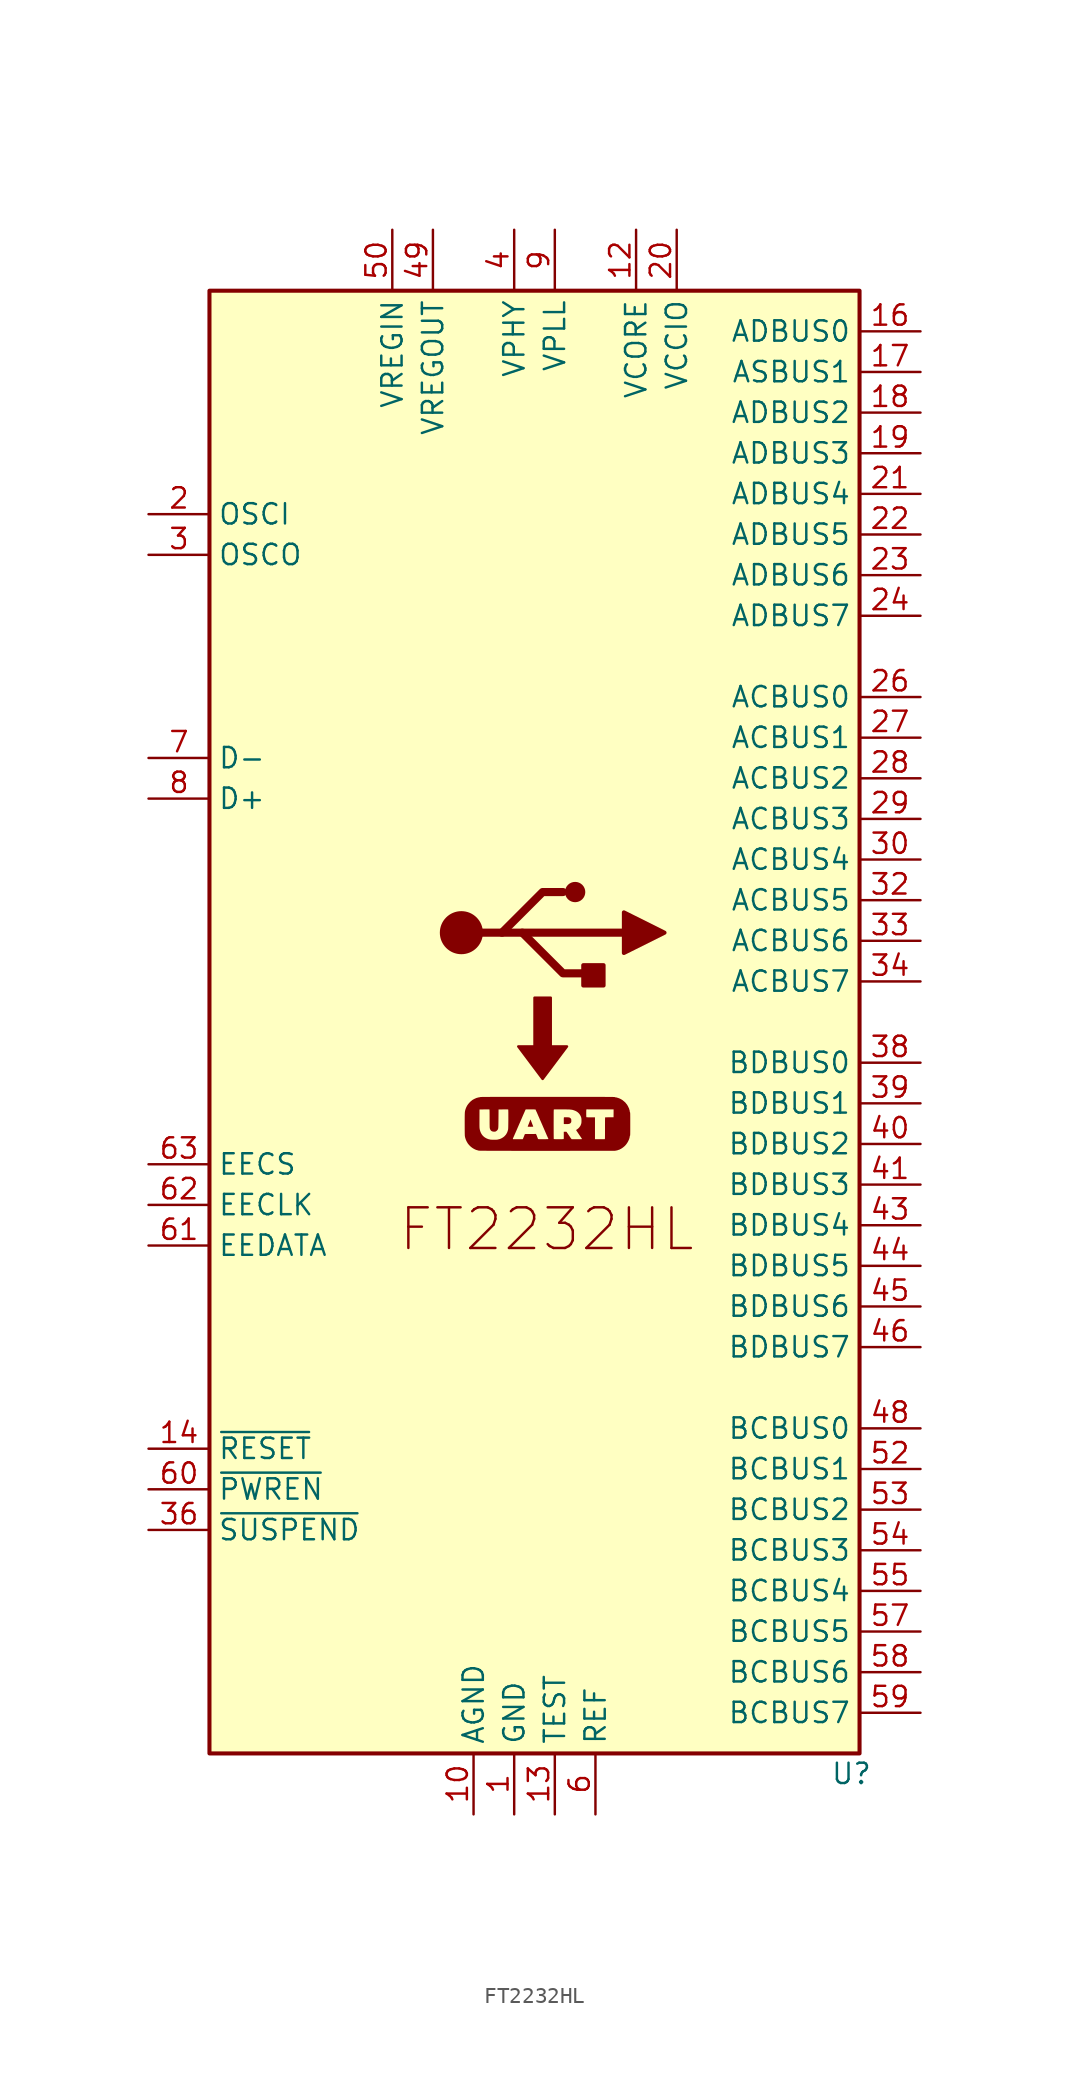
<source format=kicad_sym>
(kicad_symbol_lib
  (version 20231120)
  (generator "kicad_symbol_editor")
  (generator_version "8.0")
  (symbol "FT2232HL"
    (property "Reference" "U"
      (at 19.812 -46.99 0)
      (effects (font (size 1.27 1.27))))
    (symbol "FT2232HL_0_0"
      (pin power_in line (at -1.27 -49.53 90) (length 3.81) (name "GND" (effects (font (size 1.27 1.27)))) (number "1" (effects (font (size 1.27 1.27)))))
      (pin power_in line (at 6.35 49.53 270) (length 3.81) (name "VCORE" (effects (font (size 1.27 1.27)))) (number "12" (effects (font (size 1.27 1.27)))))
      (pin input line (at 1.27 -49.53 90) (length 3.81) (name "TEST" (effects (font (size 1.27 1.27)))) (number "13" (effects (font (size 1.27 1.27)))))
      (pin input line (at -24.13 -26.67 0) (length 3.81) (name "~{RESET}" (effects (font (size 1.27 1.27)))) (number "14" (effects (font (size 1.27 1.27)))))
      (pin bidirectional line (at 24.13 43.18 180) (length 3.81) (name "ADBUS0" (effects (font (size 1.27 1.27)))) (number "16" (effects (font (size 1.27 1.27)))))
      (pin bidirectional line (at 24.13 40.64 180) (length 3.81) (name "ASBUS1" (effects (font (size 1.27 1.27)))) (number "17" (effects (font (size 1.27 1.27)))))
      (pin bidirectional line (at 24.13 38.1 180) (length 3.81) (name "ADBUS2" (effects (font (size 1.27 1.27)))) (number "18" (effects (font (size 1.27 1.27)))))
      (pin bidirectional line (at 24.13 35.56 180) (length 3.81) (name "ADBUS3" (effects (font (size 1.27 1.27)))) (number "19" (effects (font (size 1.27 1.27)))))
      (pin input line (at -24.13 31.75 0) (length 3.81) (name "OSCI" (effects (font (size 1.27 1.27)))) (number "2" (effects (font (size 1.27 1.27)))))
      (pin power_in line (at 8.89 49.53 270) (length 3.81) (name "VCCIO" (effects (font (size 1.27 1.27)))) (number "20" (effects (font (size 1.27 1.27)))))
      (pin bidirectional line (at 24.13 33.02 180) (length 3.81) (name "ADBUS4" (effects (font (size 1.27 1.27)))) (number "21" (effects (font (size 1.27 1.27)))))
      (pin bidirectional line (at 24.13 30.48 180) (length 3.81) (name "ADBUS5" (effects (font (size 1.27 1.27)))) (number "22" (effects (font (size 1.27 1.27)))))
      (pin bidirectional line (at 24.13 27.94 180) (length 3.81) (name "ADBUS6" (effects (font (size 1.27 1.27)))) (number "23" (effects (font (size 1.27 1.27)))))
      (pin bidirectional line (at 24.13 25.4 180) (length 3.81) (name "ADBUS7" (effects (font (size 1.27 1.27)))) (number "24" (effects (font (size 1.27 1.27)))))
      (pin bidirectional line (at 24.13 20.32 180) (length 3.81) (name "ACBUS0" (effects (font (size 1.27 1.27)))) (number "26" (effects (font (size 1.27 1.27)))))
      (pin bidirectional line (at 24.13 17.78 180) (length 3.81) (name "ACBUS1" (effects (font (size 1.27 1.27)))) (number "27" (effects (font (size 1.27 1.27)))))
      (pin bidirectional line (at 24.13 15.24 180) (length 3.81) (name "ACBUS2" (effects (font (size 1.27 1.27)))) (number "28" (effects (font (size 1.27 1.27)))))
      (pin bidirectional line (at 24.13 12.7 180) (length 3.81) (name "ACBUS3" (effects (font (size 1.27 1.27)))) (number "29" (effects (font (size 1.27 1.27)))))
      (pin output line (at -24.13 29.21 0) (length 3.81) (name "OSCO" (effects (font (size 1.27 1.27)))) (number "3" (effects (font (size 1.27 1.27)))))
      (pin bidirectional line (at 24.13 10.16 180) (length 3.81) (name "ACBUS4" (effects (font (size 1.27 1.27)))) (number "30" (effects (font (size 1.27 1.27)))))
      (pin bidirectional line (at 24.13 7.62 180) (length 3.81) (name "ACBUS5" (effects (font (size 1.27 1.27)))) (number "32" (effects (font (size 1.27 1.27)))))
      (pin bidirectional line (at 24.13 5.08 180) (length 3.81) (name "ACBUS6" (effects (font (size 1.27 1.27)))) (number "33" (effects (font (size 1.27 1.27)))))
      (pin bidirectional line (at 24.13 2.54 180) (length 3.81) (name "ACBUS7" (effects (font (size 1.27 1.27)))) (number "34" (effects (font (size 1.27 1.27)))))
      (pin output line (at -24.13 -31.75 0) (length 3.81) (name "~{SUSPEND}" (effects (font (size 1.27 1.27)))) (number "36" (effects (font (size 1.27 1.27)))))
      (pin bidirectional line (at 24.13 -2.54 180) (length 3.81) (name "BDBUS0" (effects (font (size 1.27 1.27)))) (number "38" (effects (font (size 1.27 1.27)))))
      (pin bidirectional line (at 24.13 -5.08 180) (length 3.81) (name "BDBUS1" (effects (font (size 1.27 1.27)))) (number "39" (effects (font (size 1.27 1.27)))))
      (pin power_in line (at -1.27 49.53 270) (length 3.81) (name "VPHY" (effects (font (size 1.27 1.27)))) (number "4" (effects (font (size 1.27 1.27)))))
      (pin bidirectional line (at 24.13 -7.62 180) (length 3.81) (name "BDBUS2" (effects (font (size 1.27 1.27)))) (number "40" (effects (font (size 1.27 1.27)))))
      (pin bidirectional line (at 24.13 -10.16 180) (length 3.81) (name "BDBUS3" (effects (font (size 1.27 1.27)))) (number "41" (effects (font (size 1.27 1.27)))))
      (pin bidirectional line (at 24.13 -12.7 180) (length 3.81) (name "BDBUS4" (effects (font (size 1.27 1.27)))) (number "43" (effects (font (size 1.27 1.27)))))
      (pin bidirectional line (at 24.13 -15.24 180) (length 3.81) (name "BDBUS5" (effects (font (size 1.27 1.27)))) (number "44" (effects (font (size 1.27 1.27)))))
      (pin bidirectional line (at 24.13 -17.78 180) (length 3.81) (name "BDBUS6" (effects (font (size 1.27 1.27)))) (number "45" (effects (font (size 1.27 1.27)))))
      (pin bidirectional line (at 24.13 -20.32 180) (length 3.81) (name "BDBUS7" (effects (font (size 1.27 1.27)))) (number "46" (effects (font (size 1.27 1.27)))))
      (pin bidirectional line (at 24.13 -25.4 180) (length 3.81) (name "BCBUS0" (effects (font (size 1.27 1.27)))) (number "48" (effects (font (size 1.27 1.27)))))
      (pin power_out line (at -6.35 49.53 270) (length 3.81) (name "VREGOUT" (effects (font (size 1.27 1.27)))) (number "49" (effects (font (size 1.27 1.27)))))
      (pin power_in line (at -8.89 49.53 270) (length 3.81) (name "VREGIN" (effects (font (size 1.27 1.27)))) (number "50" (effects (font (size 1.27 1.27)))))
      (pin bidirectional line (at 24.13 -27.94 180) (length 3.81) (name "BCBUS1" (effects (font (size 1.27 1.27)))) (number "52" (effects (font (size 1.27 1.27)))))
      (pin bidirectional line (at 24.13 -30.48 180) (length 3.81) (name "BCBUS2" (effects (font (size 1.27 1.27)))) (number "53" (effects (font (size 1.27 1.27)))))
      (pin bidirectional line (at 24.13 -33.02 180) (length 3.81) (name "BCBUS3" (effects (font (size 1.27 1.27)))) (number "54" (effects (font (size 1.27 1.27)))))
      (pin bidirectional line (at 24.13 -35.56 180) (length 3.81) (name "BCBUS4" (effects (font (size 1.27 1.27)))) (number "55" (effects (font (size 1.27 1.27)))))
      (pin bidirectional line (at 24.13 -38.1 180) (length 3.81) (name "BCBUS5" (effects (font (size 1.27 1.27)))) (number "57" (effects (font (size 1.27 1.27)))))
      (pin bidirectional line (at 24.13 -40.64 180) (length 3.81) (name "BCBUS6" (effects (font (size 1.27 1.27)))) (number "58" (effects (font (size 1.27 1.27)))))
      (pin bidirectional line (at 24.13 -43.18 180) (length 3.81) (name "BCBUS7" (effects (font (size 1.27 1.27)))) (number "59" (effects (font (size 1.27 1.27)))))
      (pin input line (at 3.81 -49.53 90) (length 3.81) (name "REF" (effects (font (size 1.27 1.27)))) (number "6" (effects (font (size 1.27 1.27)))))
      (pin output line (at -24.13 -29.21 0) (length 3.81) (name "~{PWREN}" (effects (font (size 1.27 1.27)))) (number "60" (effects (font (size 1.27 1.27)))))
      (pin bidirectional line (at -24.13 -13.97 0) (length 3.81) (name "EEDATA" (effects (font (size 1.27 1.27)))) (number "61" (effects (font (size 1.27 1.27)))))
      (pin output line (at -24.13 -11.43 0) (length 3.81) (name "EECLK" (effects (font (size 1.27 1.27)))) (number "62" (effects (font (size 1.27 1.27)))))
      (pin bidirectional line (at -24.13 -8.89 0) (length 3.81) (name "EECS" (effects (font (size 1.27 1.27)))) (number "63" (effects (font (size 1.27 1.27)))))
      (pin power_in line (at 1.27 49.53 270) (length 3.81) (name "VPLL" (effects (font (size 1.27 1.27)))) (number "9" (effects (font (size 1.27 1.27))))))
    (symbol "FT2232HL_0_1"
      (rectangle (start -20.32 45.72) (end 20.32 -45.72) (stroke (width 0.254) (type default)) (fill (type background)))
      (circle (center -4.572 5.588) (radius 1.27) (stroke (width 0) (type default)) (fill (type outline)))
      (polyline (pts (xy -4.572 5.588) (xy 5.588 5.588)) (stroke (width 0.508) (type default)) (fill (type none)))
      (polyline (pts (xy -2.032 5.588) (xy 0.508 8.128) (xy 1.778 8.128)) (stroke (width 0.508) (type default)) (fill (type none)))
      (polyline (pts (xy -0.762 5.588) (xy 1.778 3.048) (xy 3.048 3.048)) (stroke (width 0.508) (type default)) (fill (type none)))
      (polyline (pts (xy 5.588 6.858) (xy 8.128 5.588) (xy 5.588 4.318) (xy 5.588 6.858)) (stroke (width 0.254) (type default)) (fill (type outline)))
      (polyline (pts (xy 1.016 1.524) (xy 0 1.524) (xy 0 -1.524) (xy -1.016 -1.524) (xy 0.508 -3.556) (xy 2.032 -1.524) (xy 1.016 -1.524) (xy 1.016 1.524)) (stroke (width 0) (type default)) (fill (type outline)))
      (circle (center 2.54 8.128) (radius 0.508) (stroke (width 0.254) (type default)) (fill (type outline)))
      (rectangle (start 3.048 3.556) (end 4.318 2.286) (stroke (width 0.254) (type default)) (fill (type outline))))
    (symbol "FT2232HL_1_0"
      (polyline (pts (xy -0.254 -6.096) (xy -0.253 -6.097) (xy -0.251 -6.099) (xy -0.249 -6.102) (xy -0.246 -6.107) (xy -0.242 -6.112) (xy -0.239 -6.119) (xy -0.232 -6.133) (xy -0.225 -6.147) (xy -0.22 -6.16) (xy -0.217 -6.166) (xy -0.216 -6.171) (xy -0.214 -6.175) (xy -0.214 -6.178) (xy -0.214 -6.179) (xy -0.214 -6.18) (xy -0.213 -6.183) (xy -0.212 -6.187) (xy -0.211 -6.191) (xy -0.209 -6.197) (xy -0.207 -6.202) (xy -0.204 -6.207) (xy -0.202 -6.213) (xy -0.188 -6.248) (xy -0.168 -6.298) (xy -0.145 -6.359) (xy -0.12 -6.427) (xy -0.117 -6.434) (xy -0.114 -6.442) (xy -0.106 -6.46) (xy -0.099 -6.476) (xy -0.093 -6.49) (xy -0.089 -6.5) (xy -0.085 -6.508) (xy -0.083 -6.515) (xy -0.082 -6.521) (xy -0.082 -6.524) (xy -0.082 -6.527) (xy -0.083 -6.529) (xy -0.085 -6.531) (xy -0.086 -6.533) (xy -0.089 -6.535) (xy -0.092 -6.537) (xy -0.095 -6.538) (xy -0.104 -6.54) (xy -0.116 -6.542) (xy -0.13 -6.544) (xy -0.148 -6.545) (xy -0.193 -6.545) (xy -0.253 -6.546) (xy -0.291 -6.545) (xy -0.324 -6.545) (xy -0.353 -6.544) (xy -0.365 -6.544) (xy -0.376 -6.543) (xy -0.386 -6.542) (xy -0.395 -6.542) (xy -0.403 -6.541) (xy -0.409 -6.54) (xy -0.414 -6.539) (xy -0.418 -6.538) (xy -0.42 -6.538) (xy -0.421 -6.537) (xy -0.422 -6.537) (xy -0.422 -6.536) (xy -0.423 -6.535) (xy -0.423 -6.533) (xy -0.423 -6.532) (xy -0.423 -6.53) (xy -0.423 -6.528) (xy -0.423 -6.526) (xy -0.422 -6.524) (xy -0.422 -6.521) (xy -0.421 -6.519) (xy -0.421 -6.516) (xy -0.42 -6.513) (xy -0.419 -6.51) (xy -0.418 -6.507) (xy -0.417 -6.505) (xy -0.416 -6.502) (xy -0.414 -6.499) (xy -0.408 -6.485) (xy -0.401 -6.467) (xy -0.393 -6.449) (xy -0.389 -6.44) (xy -0.386 -6.431) (xy -0.372 -6.395) (xy -0.365 -6.378) (xy -0.362 -6.371) (xy -0.36 -6.365) (xy -0.347 -6.335) (xy -0.341 -6.317) (xy -0.334 -6.3) (xy -0.327 -6.283) (xy -0.32 -6.263) (xy -0.306 -6.226) (xy -0.289 -6.183) (xy -0.277 -6.15) (xy -0.269 -6.127) (xy -0.266 -6.118) (xy -0.264 -6.111) (xy -0.263 -6.109) (xy -0.262 -6.108) (xy -0.262 -6.106) (xy -0.261 -6.105) (xy -0.261 -6.104) (xy -0.26 -6.103) (xy -0.259 -6.101) (xy -0.259 -6.1) (xy -0.258 -6.099) (xy -0.258 -6.098) (xy -0.257 -6.098) (xy -0.256 -6.097) (xy -0.256 -6.097) (xy -0.256 -6.096) (xy -0.256 -6.096) (xy -0.255 -6.096) (xy -0.255 -6.096) (xy -0.255 -6.096) (xy -0.255 -6.096) (xy -0.255 -6.096) (xy -0.254 -6.096)) (stroke (width -0.0001) (type solid)) (fill (type outline)))
      (polyline (pts (xy 2.014 -5.952) (xy 2.041 -5.953) (xy 2.065 -5.953) (xy 2.087 -5.954) (xy 2.106 -5.955) (xy 2.123 -5.957) (xy 2.139 -5.958) (xy 2.146 -5.959) (xy 2.153 -5.96) (xy 2.159 -5.961) (xy 2.165 -5.963) (xy 2.171 -5.964) (xy 2.177 -5.966) (xy 2.182 -5.967) (xy 2.187 -5.969) (xy 2.192 -5.971) (xy 2.197 -5.973) (xy 2.202 -5.976) (xy 2.206 -5.978) (xy 2.211 -5.981) (xy 2.215 -5.984) (xy 2.224 -5.99) (xy 2.233 -5.997) (xy 2.243 -6.005) (xy 2.252 -6.013) (xy 2.259 -6.02) (xy 2.266 -6.027) (xy 2.272 -6.035) (xy 2.278 -6.042) (xy 2.283 -6.05) (xy 2.287 -6.058) (xy 2.29 -6.066) (xy 2.293 -6.075) (xy 2.296 -6.085) (xy 2.298 -6.096) (xy 2.299 -6.107) (xy 2.3 -6.119) (xy 2.301 -6.133) (xy 2.301 -6.147) (xy 2.301 -6.163) (xy 2.301 -6.175) (xy 2.301 -6.186) (xy 2.301 -6.196) (xy 2.3 -6.205) (xy 2.3 -6.214) (xy 2.299 -6.221) (xy 2.299 -6.229) (xy 2.298 -6.235) (xy 2.297 -6.241) (xy 2.295 -6.246) (xy 2.294 -6.252) (xy 2.292 -6.256) (xy 2.29 -6.261) (xy 2.288 -6.265) (xy 2.286 -6.27) (xy 2.284 -6.274) (xy 2.274 -6.289) (xy 2.263 -6.303) (xy 2.252 -6.315) (xy 2.241 -6.326) (xy 2.229 -6.336) (xy 2.215 -6.344) (xy 2.201 -6.351) (xy 2.184 -6.358) (xy 2.167 -6.363) (xy 2.147 -6.367) (xy 2.125 -6.371) (xy 2.101 -6.374) (xy 2.074 -6.376) (xy 2.045 -6.377) (xy 2.013 -6.378) (xy 1.978 -6.378) (xy 1.948 -6.378) (xy 1.921 -6.378) (xy 1.896 -6.377) (xy 1.875 -6.376) (xy 1.857 -6.375) (xy 1.85 -6.375) (xy 1.843 -6.374) (xy 1.839 -6.373) (xy 1.835 -6.373) (xy 1.833 -6.372) (xy 1.832 -6.371) (xy 1.832 -6.371) (xy 1.831 -6.243) (xy 1.831 -6.19) (xy 1.83 -6.144) (xy 1.83 -6.105) (xy 1.831 -6.087) (xy 1.831 -6.071) (xy 1.831 -6.056) (xy 1.831 -6.043) (xy 1.831 -6.031) (xy 1.832 -6.02) (xy 1.832 -6.01) (xy 1.833 -6.001) (xy 1.833 -5.994) (xy 1.834 -5.987) (xy 1.835 -5.981) (xy 1.836 -5.976) (xy 1.837 -5.971) (xy 1.837 -5.969) (xy 1.837 -5.967) (xy 1.838 -5.966) (xy 1.839 -5.964) (xy 1.839 -5.963) (xy 1.84 -5.962) (xy 1.84 -5.961) (xy 1.841 -5.96) (xy 1.842 -5.959) (xy 1.842 -5.958) (xy 1.843 -5.957) (xy 1.844 -5.957) (xy 1.845 -5.956) (xy 1.845 -5.956) (xy 1.847 -5.955) (xy 1.849 -5.955) (xy 1.856 -5.954) (xy 1.868 -5.953) (xy 1.905 -5.952) (xy 1.956 -5.952) (xy 2.014 -5.952)) (stroke (width -0.0001) (type solid)) (fill (type outline)))
      (polyline (pts (xy 3.072 -4.676) (xy 4.34 -4.678) (xy 4.689 -4.68) (xy 4.894 -4.682) (xy 4.954 -4.684) (xy 4.992 -4.686) (xy 5.013 -4.688) (xy 5.017 -4.689) (xy 5.019 -4.69) (xy 5.021 -4.692) (xy 5.023 -4.693) (xy 5.025 -4.695) (xy 5.028 -4.696) (xy 5.031 -4.697) (xy 5.034 -4.699) (xy 5.038 -4.7) (xy 5.042 -4.701) (xy 5.046 -4.702) (xy 5.051 -4.703) (xy 5.056 -4.704) (xy 5.061 -4.705) (xy 5.073 -4.707) (xy 5.086 -4.708) (xy 5.092 -4.709) (xy 5.098 -4.71) (xy 5.111 -4.711) (xy 5.122 -4.713) (xy 5.134 -4.716) (xy 5.144 -4.718) (xy 5.154 -4.72) (xy 5.158 -4.722) (xy 5.162 -4.723) (xy 5.165 -4.724) (xy 5.168 -4.725) (xy 5.17 -4.727) (xy 5.173 -4.728) (xy 5.176 -4.729) (xy 5.178 -4.73) (xy 5.181 -4.731) (xy 5.184 -4.732) (xy 5.187 -4.733) (xy 5.19 -4.734) (xy 5.193 -4.735) (xy 5.196 -4.736) (xy 5.199 -4.736) (xy 5.202 -4.737) (xy 5.204 -4.737) (xy 5.207 -4.737) (xy 5.209 -4.738) (xy 5.212 -4.738) (xy 5.214 -4.738) (xy 5.216 -4.738) (xy 5.218 -4.738) (xy 5.221 -4.739) (xy 5.223 -4.739) (xy 5.226 -4.74) (xy 5.229 -4.741) (xy 5.231 -4.742) (xy 5.234 -4.743) (xy 5.236 -4.744) (xy 5.239 -4.745) (xy 5.241 -4.746) (xy 5.243 -4.747) (xy 5.245 -4.748) (xy 5.247 -4.75) (xy 5.249 -4.751) (xy 5.25 -4.752) (xy 5.253 -4.753) (xy 5.255 -4.755) (xy 5.257 -4.756) (xy 5.259 -4.757) (xy 5.261 -4.758) (xy 5.263 -4.759) (xy 5.265 -4.76) (xy 5.267 -4.761) (xy 5.269 -4.762) (xy 5.271 -4.762) (xy 5.273 -4.763) (xy 5.275 -4.763) (xy 5.277 -4.764) (xy 5.278 -4.764) (xy 5.279 -4.764) (xy 5.283 -4.765) (xy 5.289 -4.766) (xy 5.305 -4.773) (xy 5.326 -4.782) (xy 5.351 -4.793) (xy 5.376 -4.806) (xy 5.402 -4.819) (xy 5.425 -4.832) (xy 5.444 -4.843) (xy 5.455 -4.851) (xy 5.466 -4.858) (xy 5.471 -4.861) (xy 5.475 -4.863) (xy 5.479 -4.866) (xy 5.482 -4.867) (xy 5.484 -4.868) (xy 5.485 -4.869) (xy 5.487 -4.869) (xy 5.489 -4.87) (xy 5.49 -4.871) (xy 5.492 -4.872) (xy 5.494 -4.873) (xy 5.496 -4.874) (xy 5.497 -4.876) (xy 5.499 -4.877) (xy 5.501 -4.878) (xy 5.503 -4.88) (xy 5.504 -4.881) (xy 5.506 -4.882) (xy 5.508 -4.884) (xy 5.509 -4.885) (xy 5.52 -4.894) (xy 5.538 -4.909) (xy 5.562 -4.929) (xy 5.589 -4.952) (xy 5.615 -4.974) (xy 5.636 -4.992) (xy 5.645 -4.999) (xy 5.653 -5.006) (xy 5.66 -5.013) (xy 5.666 -5.019) (xy 5.673 -5.025) (xy 5.679 -5.032) (xy 5.685 -5.039) (xy 5.691 -5.046) (xy 5.706 -5.064) (xy 5.723 -5.086) (xy 5.74 -5.108) (xy 5.756 -5.128) (xy 5.769 -5.143) (xy 5.774 -5.149) (xy 5.777 -5.153) (xy 5.779 -5.156) (xy 5.782 -5.159) (xy 5.785 -5.163) (xy 5.787 -5.166) (xy 5.79 -5.17) (xy 5.791 -5.172) (xy 5.792 -5.173) (xy 5.793 -5.175) (xy 5.793 -5.177) (xy 5.794 -5.178) (xy 5.795 -5.179) (xy 5.796 -5.183) (xy 5.798 -5.186) (xy 5.804 -5.196) (xy 5.811 -5.207) (xy 5.817 -5.218) (xy 5.824 -5.229) (xy 5.832 -5.243) (xy 5.84 -5.258) (xy 5.849 -5.275) (xy 5.858 -5.293) (xy 5.868 -5.313) (xy 5.877 -5.334) (xy 5.886 -5.355) (xy 5.893 -5.369) (xy 5.9 -5.384) (xy 5.912 -5.411) (xy 5.913 -5.413) (xy 5.914 -5.416) (xy 5.916 -5.419) (xy 5.917 -5.422) (xy 5.918 -5.425) (xy 5.919 -5.428) (xy 5.92 -5.431) (xy 5.921 -5.433) (xy 5.921 -5.436) (xy 5.922 -5.439) (xy 5.923 -5.442) (xy 5.923 -5.444) (xy 5.924 -5.447) (xy 5.924 -5.449) (xy 5.924 -5.451) (xy 5.924 -5.453) (xy 5.924 -5.455) (xy 5.925 -5.457) (xy 5.925 -5.459) (xy 5.925 -5.462) (xy 5.926 -5.464) (xy 5.926 -5.467) (xy 5.927 -5.47) (xy 5.928 -5.472) (xy 5.929 -5.475) (xy 5.93 -5.478) (xy 5.931 -5.481) (xy 5.932 -5.484) (xy 5.933 -5.486) (xy 5.934 -5.489) (xy 5.935 -5.492) (xy 5.937 -5.494) (xy 5.938 -5.497) (xy 5.939 -5.5) (xy 5.941 -5.508) (xy 5.944 -5.518) (xy 5.946 -5.528) (xy 5.949 -5.539) (xy 5.95 -5.551) (xy 5.952 -5.563) (xy 5.953 -5.575) (xy 5.954 -5.582) (xy 5.955 -5.589) (xy 5.956 -5.595) (xy 5.957 -5.601) (xy 5.957 -5.606) (xy 5.958 -5.611) (xy 5.96 -5.616) (xy 5.961 -5.62) (xy 5.962 -5.624) (xy 5.963 -5.628) (xy 5.964 -5.631) (xy 5.966 -5.634) (xy 5.967 -5.637) (xy 5.968 -5.638) (xy 5.969 -5.639) (xy 5.969 -5.64) (xy 5.97 -5.641) (xy 5.971 -5.642) (xy 5.972 -5.643) (xy 5.976 -5.65) (xy 5.979 -5.67) (xy 5.982 -5.707) (xy 5.984 -5.769) (xy 5.986 -5.989) (xy 5.986 -6.377) (xy 5.986 -6.587) (xy 5.986 -6.753) (xy 5.985 -6.88) (xy 5.984 -6.93) (xy 5.984 -6.972) (xy 5.983 -7.008) (xy 5.982 -7.036) (xy 5.981 -7.059) (xy 5.98 -7.075) (xy 5.979 -7.088) (xy 5.978 -7.092) (xy 5.977 -7.096) (xy 5.976 -7.098) (xy 5.976 -7.1) (xy 5.975 -7.101) (xy 5.974 -7.101) (xy 5.972 -7.101) (xy 5.971 -7.102) (xy 5.969 -7.103) (xy 5.968 -7.104) (xy 5.966 -7.106) (xy 5.965 -7.108) (xy 5.964 -7.11) (xy 5.963 -7.113) (xy 5.962 -7.116) (xy 5.961 -7.12) (xy 5.96 -7.124) (xy 5.959 -7.129) (xy 5.958 -7.134) (xy 5.957 -7.139) (xy 5.955 -7.152) (xy 5.95 -7.189) (xy 5.942 -7.228) (xy 5.931 -7.268) (xy 5.918 -7.309) (xy 5.902 -7.351) (xy 5.884 -7.393) (xy 5.864 -7.435) (xy 5.842 -7.477) (xy 5.819 -7.519) (xy 5.793 -7.559) (xy 5.767 -7.599) (xy 5.739 -7.637) (xy 5.71 -7.673) (xy 5.68 -7.708) (xy 5.649 -7.74) (xy 5.617 -7.77) (xy 5.605 -7.781) (xy 5.591 -7.792) (xy 5.562 -7.816) (xy 5.532 -7.84) (xy 5.502 -7.862) (xy 5.474 -7.882) (xy 5.461 -7.891) (xy 5.45 -7.898) (xy 5.44 -7.904) (xy 5.432 -7.909) (xy 5.426 -7.912) (xy 5.423 -7.912) (xy 5.421 -7.913) (xy 5.421 -7.913) (xy 5.421 -7.913) (xy 5.42 -7.913) (xy 5.419 -7.913) (xy 5.418 -7.914) (xy 5.417 -7.914) (xy 5.416 -7.915) (xy 5.415 -7.916) (xy 5.414 -7.917) (xy 5.412 -7.918) (xy 5.411 -7.919) (xy 5.41 -7.92) (xy 5.409 -7.921) (xy 5.407 -7.922) (xy 5.406 -7.923) (xy 5.405 -7.925) (xy 5.404 -7.926) (xy 5.403 -7.927) (xy 5.401 -7.928) (xy 5.4 -7.93) (xy 5.398 -7.931) (xy 5.397 -7.932) (xy 5.395 -7.933) (xy 5.393 -7.934) (xy 5.392 -7.935) (xy 5.39 -7.936) (xy 5.388 -7.937) (xy 5.386 -7.937) (xy 5.384 -7.938) (xy 5.383 -7.939) (xy 5.381 -7.939) (xy 5.379 -7.939) (xy 5.377 -7.939) (xy 5.376 -7.939) (xy 5.374 -7.939) (xy 5.372 -7.94) (xy 5.37 -7.94) (xy 5.369 -7.941) (xy 5.367 -7.941) (xy 5.365 -7.942) (xy 5.363 -7.943) (xy 5.362 -7.944) (xy 5.36 -7.944) (xy 5.358 -7.946) (xy 5.357 -7.947) (xy 5.355 -7.948) (xy 5.354 -7.949) (xy 5.353 -7.95) (xy 5.352 -7.951) (xy 5.352 -7.951) (xy 5.351 -7.953) (xy 5.349 -7.954) (xy 5.348 -7.955) (xy 5.346 -7.957) (xy 5.345 -7.958) (xy 5.343 -7.959) (xy 5.341 -7.96) (xy 5.339 -7.962) (xy 5.337 -7.963) (xy 5.335 -7.964) (xy 5.332 -7.965) (xy 5.33 -7.965) (xy 5.328 -7.966) (xy 5.326 -7.967) (xy 5.324 -7.968) (xy 5.322 -7.968) (xy 5.317 -7.97) (xy 5.311 -7.971) (xy 5.294 -7.977) (xy 5.274 -7.984) (xy 5.264 -7.988) (xy 5.254 -7.992) (xy 5.229 -8.001) (xy 5.203 -8.01) (xy 5.176 -8.018) (xy 5.149 -8.024) (xy 5.12 -8.031) (xy 5.09 -8.037) (xy 5.059 -8.041) (xy 5.027 -8.046) (xy 0.741 -8.052) (xy -1.353 -8.05) (xy -2.645 -8.048) (xy -3.302 -8.044) (xy -3.445 -8.041) (xy -3.492 -8.038) (xy -3.495 -8.037) (xy -3.497 -8.036) (xy -3.503 -8.033) (xy -3.51 -8.03) (xy -3.518 -8.028) (xy -3.526 -8.025) (xy -3.534 -8.023) (xy -3.542 -8.021) (xy -3.55 -8.019) (xy -3.579 -8.012) (xy -3.609 -8.004) (xy -3.64 -7.994) (xy -3.671 -7.982) (xy -3.703 -7.969) (xy -3.735 -7.954) (xy -3.766 -7.938) (xy -3.798 -7.921) (xy -3.829 -7.902) (xy -3.86 -7.883) (xy -3.891 -7.863) (xy -3.92 -7.841) (xy -3.949 -7.819) (xy -3.977 -7.797) (xy -4.003 -7.773) (xy -4.029 -7.75) (xy -4.041 -7.737) (xy -4.054 -7.723) (xy -4.081 -7.695) (xy -4.107 -7.665) (xy -4.131 -7.637) (xy -4.152 -7.611) (xy -4.161 -7.6) (xy -4.168 -7.59) (xy -4.174 -7.58) (xy -4.179 -7.573) (xy -4.182 -7.567) (xy -4.183 -7.565) (xy -4.183 -7.563) (xy -4.183 -7.563) (xy -4.183 -7.562) (xy -4.183 -7.561) (xy -4.184 -7.56) (xy -4.184 -7.559) (xy -4.185 -7.557) (xy -4.186 -7.556) (xy -4.186 -7.555) (xy -4.187 -7.553) (xy -4.188 -7.552) (xy -4.189 -7.55) (xy -4.19 -7.549) (xy -4.191 -7.547) (xy -4.193 -7.546) (xy -4.194 -7.545) (xy -4.195 -7.543) (xy -4.199 -7.538) (xy -4.205 -7.53) (xy -4.218 -7.508) (xy -4.233 -7.48) (xy -4.249 -7.449) (xy -4.264 -7.418) (xy -4.278 -7.388) (xy -4.288 -7.364) (xy -4.291 -7.355) (xy -4.293 -7.348) (xy -4.294 -7.346) (xy -4.295 -7.343) (xy -4.295 -7.34) (xy -4.296 -7.338) (xy -4.297 -7.335) (xy -4.298 -7.333) (xy -4.299 -7.331) (xy -4.3 -7.329) (xy -4.301 -7.326) (xy -4.302 -7.324) (xy -4.303 -7.323) (xy -4.304 -7.321) (xy -4.305 -7.32) (xy -4.306 -7.319) (xy -4.306 -7.318) (xy -4.306 -7.318) (xy -4.307 -7.318) (xy -4.307 -7.317) (xy -4.308 -7.317) (xy -4.309 -7.316) (xy -4.31 -7.314) (xy -4.31 -7.313) (xy -4.311 -7.312) (xy -4.312 -7.31) (xy -4.312 -7.309) (xy -4.313 -7.307) (xy -4.313 -7.305) (xy -4.314 -7.303) (xy -4.314 -7.301) (xy -4.314 -7.299) (xy -4.315 -7.297) (xy -4.315 -7.295) (xy -4.315 -7.292) (xy -4.315 -7.29) (xy -4.315 -7.288) (xy -4.315 -7.285) (xy -4.316 -7.282) (xy -4.316 -7.28) (xy -4.316 -7.277) (xy -4.317 -7.274) (xy -4.317 -7.271) (xy -4.318 -7.269) (xy -4.319 -7.266) (xy -4.32 -7.263) (xy -4.321 -7.26) (xy -4.322 -7.258) (xy -4.322 -7.255) (xy -4.324 -7.253) (xy -4.325 -7.251) (xy -4.326 -7.248) (xy -4.328 -7.243) (xy -4.331 -7.235) (xy -4.334 -7.224) (xy -4.337 -7.211) (xy -4.34 -7.197) (xy -4.344 -7.182) (xy -4.347 -7.166) (xy -4.349 -7.15) (xy -4.354 -7.121) (xy -4.357 -7.084) (xy -4.361 -6.96) (xy -4.363 -6.737) (xy -4.364 -6.374) (xy -4.364 -6.333) (xy -3.441 -6.333) (xy -3.441 -6.437) (xy -3.44 -6.515) (xy -3.439 -6.546) (xy -3.438 -6.573) (xy -3.437 -6.596) (xy -3.436 -6.616) (xy -3.434 -6.633) (xy -3.432 -6.649) (xy -3.43 -6.664) (xy -3.428 -6.678) (xy -3.42 -6.72) (xy -3.41 -6.761) (xy -3.398 -6.801) (xy -3.386 -6.839) (xy -3.372 -6.876) (xy -3.357 -6.911) (xy -3.34 -6.946) (xy -3.322 -6.978) (xy -3.303 -7.01) (xy -3.282 -7.04) (xy -3.26 -7.069) (xy -3.237 -7.097) (xy -3.212 -7.123) (xy -3.186 -7.148) (xy -3.158 -7.172) (xy -3.129 -7.195) (xy -3.116 -7.204) (xy -3.103 -7.213) (xy -3.088 -7.222) (xy -3.073 -7.231) (xy -3.041 -7.25) (xy -3.009 -7.267) (xy -2.993 -7.274) (xy -2.978 -7.282) (xy -2.964 -7.288) (xy -2.951 -7.293) (xy -2.939 -7.298) (xy -2.929 -7.301) (xy -2.921 -7.303) (xy -2.915 -7.304) (xy -2.913 -7.304) (xy -2.911 -7.304) (xy -2.909 -7.305) (xy -2.908 -7.305) (xy -2.905 -7.306) (xy -2.903 -7.306) (xy -2.901 -7.307) (xy -2.899 -7.308) (xy -2.897 -7.309) (xy -2.895 -7.31) (xy -2.893 -7.311) (xy -2.89 -7.312) (xy -2.888 -7.314) (xy -2.886 -7.315) (xy -2.885 -7.316) (xy -2.883 -7.317) (xy -2.881 -7.319) (xy -2.879 -7.32) (xy -2.876 -7.321) (xy -2.874 -7.322) (xy -2.871 -7.324) (xy -2.868 -7.325) (xy -2.865 -7.326) (xy -2.862 -7.327) (xy -2.859 -7.327) (xy -2.856 -7.328) (xy -2.853 -7.329) (xy -2.85 -7.33) (xy -2.847 -7.33) (xy -2.844 -7.33) (xy -2.841 -7.33) (xy -2.839 -7.331) (xy -2.836 -7.331) (xy -2.833 -7.331) (xy -2.829 -7.331) (xy -2.825 -7.332) (xy -2.817 -7.333) (xy -2.809 -7.335) (xy -2.8 -7.337) (xy -2.792 -7.339) (xy -2.784 -7.341) (xy -2.776 -7.344) (xy -2.764 -7.347) (xy -2.745 -7.349) (xy -2.692 -7.353) (xy -2.623 -7.356) (xy -2.546 -7.357) (xy -2.469 -7.357) (xy -2.399 -7.355) (xy -2.345 -7.352) (xy -2.326 -7.35) (xy -2.313 -7.347) (xy -2.306 -7.345) (xy -2.298 -7.343) (xy -2.289 -7.341) (xy -2.28 -7.338) (xy -2.27 -7.336) (xy -2.26 -7.334) (xy -2.251 -7.332) (xy -2.243 -7.331) (xy -2.219 -7.326) (xy -2.194 -7.319) (xy -2.168 -7.311) (xy -2.141 -7.301) (xy -2.137 -7.299) (xy -1.35 -7.299) (xy -1.35 -7.301) (xy -1.35 -7.303) (xy -1.347 -7.323) (xy -1.049 -7.323) (xy -0.836 -7.322) (xy -0.741 -7.322) (xy -0.739 -7.321) (xy -0.736 -7.32) (xy -0.734 -7.318) (xy -0.732 -7.315) (xy -0.729 -7.311) (xy -0.726 -7.306) (xy -0.719 -7.293) (xy -0.711 -7.274) (xy -0.701 -7.251) (xy -0.689 -7.221) (xy -0.675 -7.185) (xy -0.672 -7.177) (xy -0.669 -7.169) (xy -0.666 -7.161) (xy -0.663 -7.153) (xy -0.659 -7.145) (xy -0.656 -7.137) (xy -0.653 -7.131) (xy -0.65 -7.125) (xy -0.648 -7.122) (xy -0.647 -7.12) (xy -0.646 -7.117) (xy -0.645 -7.114) (xy -0.644 -7.112) (xy -0.643 -7.109) (xy -0.642 -7.106) (xy -0.641 -7.104) (xy -0.64 -7.102) (xy -0.639 -7.099) (xy -0.639 -7.097) (xy -0.638 -7.095) (xy -0.638 -7.093) (xy -0.638 -7.092) (xy -0.637 -7.09) (xy -0.637 -7.089) (xy -0.637 -7.088) (xy -0.637 -7.086) (xy -0.636 -7.084) (xy -0.636 -7.081) (xy -0.634 -7.076) (xy -0.632 -7.069) (xy -0.629 -7.062) (xy -0.625 -7.054) (xy -0.621 -7.047) (xy -0.617 -7.039) (xy -0.596 -7) (xy -0.251 -6.997) (xy 0.093 -6.995) (xy 0.112 -7.037) (xy 0.121 -7.056) (xy 0.129 -7.074) (xy 0.138 -7.091) (xy 0.141 -7.098) (xy 0.144 -7.104) (xy 0.145 -7.107) (xy 0.146 -7.109) (xy 0.148 -7.112) (xy 0.149 -7.115) (xy 0.15 -7.118) (xy 0.151 -7.121) (xy 0.152 -7.123) (xy 0.153 -7.126) (xy 0.154 -7.129) (xy 0.154 -7.131) (xy 0.155 -7.134) (xy 0.155 -7.136) (xy 0.156 -7.139) (xy 0.156 -7.141) (xy 0.156 -7.143) (xy 0.156 -7.144) (xy 0.156 -7.146) (xy 0.157 -7.148) (xy 0.157 -7.15) (xy 0.157 -7.152) (xy 0.158 -7.154) (xy 0.159 -7.156) (xy 0.159 -7.158) (xy 0.16 -7.16) (xy 0.161 -7.162) (xy 0.162 -7.165) (xy 0.163 -7.167) (xy 0.165 -7.169) (xy 0.166 -7.171) (xy 0.167 -7.173) (xy 0.168 -7.175) (xy 0.17 -7.177) (xy 0.171 -7.179) (xy 0.172 -7.181) (xy 0.173 -7.183) (xy 0.175 -7.185) (xy 0.176 -7.187) (xy 0.177 -7.189) (xy 0.178 -7.192) (xy 0.179 -7.194) (xy 0.18 -7.197) (xy 0.18 -7.199) (xy 0.181 -7.201) (xy 0.182 -7.204) (xy 0.182 -7.206) (xy 0.182 -7.208) (xy 0.183 -7.21) (xy 0.183 -7.212) (xy 0.183 -7.214) (xy 0.183 -7.216) (xy 0.183 -7.218) (xy 0.184 -7.221) (xy 0.184 -7.223) (xy 0.185 -7.225) (xy 0.186 -7.228) (xy 0.187 -7.23) (xy 0.188 -7.232) (xy 0.189 -7.235) (xy 0.19 -7.237) (xy 0.191 -7.239) (xy 0.192 -7.242) (xy 0.193 -7.244) (xy 0.195 -7.246) (xy 0.196 -7.248) (xy 0.197 -7.249) (xy 0.199 -7.251) (xy 0.2 -7.253) (xy 0.201 -7.255) (xy 0.202 -7.257) (xy 0.203 -7.259) (xy 0.204 -7.261) (xy 0.205 -7.263) (xy 0.206 -7.266) (xy 0.207 -7.268) (xy 0.208 -7.27) (xy 0.208 -7.272) (xy 0.209 -7.274) (xy 0.209 -7.275) (xy 0.209 -7.277) (xy 0.209 -7.279) (xy 0.209 -7.28) (xy 0.209 -7.281) (xy 0.21 -7.283) (xy 0.21 -7.285) (xy 0.211 -7.287) (xy 0.211 -7.288) (xy 0.212 -7.29) (xy 0.213 -7.292) (xy 0.213 -7.294) (xy 0.214 -7.296) (xy 0.215 -7.298) (xy 0.216 -7.3) (xy 0.217 -7.302) (xy 0.218 -7.304) (xy 0.22 -7.306) (xy 0.221 -7.308) (xy 0.223 -7.31) (xy 0.226 -7.312) (xy 0.23 -7.314) (xy 0.235 -7.316) (xy 0.252 -7.319) (xy 0.278 -7.32) (xy 0.318 -7.322) (xy 0.374 -7.322) (xy 0.544 -7.323) (xy 0.669 -7.322) (xy 0.723 -7.321) (xy 0.77 -7.319) (xy 0.808 -7.318) (xy 0.838 -7.317) (xy 0.857 -7.315) (xy 0.862 -7.315) (xy 0.865 -7.314) (xy 0.865 -7.313) (xy 0.865 -7.313) (xy 0.866 -7.312) (xy 0.866 -7.311) (xy 0.867 -7.31) (xy 0.867 -7.309) (xy 0.867 -7.307) (xy 0.867 -7.305) (xy 0.867 -7.303) (xy 0.867 -7.301) (xy 0.866 -7.299) (xy 0.866 -7.296) (xy 0.865 -7.294) (xy 0.864 -7.292) (xy 0.863 -7.289) (xy 0.862 -7.286) (xy 0.861 -7.283) (xy 0.859 -7.28) (xy 0.85 -7.261) (xy 0.838 -7.236) (xy 0.803 -7.157) (xy 0.797 -7.143) (xy 0.793 -7.136) (xy 0.79 -7.129) (xy 0.788 -7.123) (xy 0.785 -7.118) (xy 0.783 -7.113) (xy 0.781 -7.11) (xy 0.778 -7.104) (xy 0.774 -7.097) (xy 0.772 -7.093) (xy 0.771 -7.09) (xy 0.769 -7.087) (xy 0.768 -7.084) (xy 0.765 -7.076) (xy 0.761 -7.065) (xy 0.756 -7.053) (xy 0.753 -7.046) (xy 0.75 -7.04) (xy 0.737 -7.01) (xy 0.731 -6.995) (xy 0.728 -6.988) (xy 0.726 -6.982) (xy 0.707 -6.939) (xy 0.672 -6.859) (xy 0.659 -6.828) (xy 0.653 -6.812) (xy 0.647 -6.799) (xy 0.64 -6.785) (xy 0.633 -6.769) (xy 0.626 -6.751) (xy 0.619 -6.735) (xy 0.612 -6.719) (xy 0.604 -6.701) (xy 0.59 -6.669) (xy 0.585 -6.656) (xy 0.579 -6.643) (xy 0.571 -6.624) (xy 0.568 -6.619) (xy 0.564 -6.61) (xy 0.551 -6.58) (xy 0.513 -6.493) (xy 0.494 -6.446) (xy 0.476 -6.405) (xy 0.469 -6.389) (xy 1.197 -6.389) (xy 1.198 -6.744) (xy 1.199 -7.036) (xy 1.202 -7.235) (xy 1.203 -7.29) (xy 1.204 -7.311) (xy 1.213 -7.314) (xy 1.233 -7.317) (xy 1.304 -7.321) (xy 1.402 -7.323) (xy 1.514 -7.324) (xy 1.626 -7.323) (xy 1.725 -7.321) (xy 1.795 -7.317) (xy 1.816 -7.314) (xy 1.825 -7.311) (xy 1.826 -7.304) (xy 1.827 -7.289) (xy 1.83 -7.238) (xy 1.831 -7.165) (xy 1.831 -7.079) (xy 1.829 -6.859) (xy 1.911 -6.856) (xy 1.926 -6.856) (xy 1.938 -6.855) (xy 1.949 -6.855) (xy 1.959 -6.855) (xy 1.963 -6.855) (xy 1.967 -6.855) (xy 1.971 -6.855) (xy 1.974 -6.856) (xy 1.978 -6.856) (xy 1.98 -6.856) (xy 1.983 -6.857) (xy 1.986 -6.857) (xy 1.988 -6.858) (xy 1.99 -6.858) (xy 1.992 -6.859) (xy 1.994 -6.86) (xy 1.996 -6.861) (xy 1.998 -6.862) (xy 1.999 -6.863) (xy 2.001 -6.864) (xy 2.002 -6.866) (xy 2.004 -6.867) (xy 2.006 -6.869) (xy 2.007 -6.87) (xy 2.01 -6.874) (xy 2.014 -6.878) (xy 2.016 -6.881) (xy 2.018 -6.883) (xy 2.02 -6.886) (xy 2.022 -6.888) (xy 2.023 -6.891) (xy 2.025 -6.894) (xy 2.027 -6.896) (xy 2.028 -6.898) (xy 2.03 -6.901) (xy 2.031 -6.903) (xy 2.032 -6.905) (xy 2.033 -6.907) (xy 2.034 -6.909) (xy 2.034 -6.911) (xy 2.035 -6.912) (xy 2.035 -6.913) (xy 2.035 -6.914) (xy 2.035 -6.915) (xy 2.035 -6.915) (xy 2.035 -6.916) (xy 2.035 -6.916) (xy 2.035 -6.917) (xy 2.036 -6.918) (xy 2.036 -6.918) (xy 2.036 -6.92) (xy 2.037 -6.921) (xy 2.038 -6.922) (xy 2.038 -6.923) (xy 2.039 -6.924) (xy 2.04 -6.926) (xy 2.041 -6.927) (xy 2.042 -6.928) (xy 2.043 -6.929) (xy 2.044 -6.929) (xy 2.045 -6.93) (xy 2.046 -6.931) (xy 2.046 -6.931) (xy 2.049 -6.933) (xy 2.051 -6.935) (xy 2.054 -6.937) (xy 2.056 -6.94) (xy 2.059 -6.943) (xy 2.061 -6.946) (xy 2.064 -6.95) (xy 2.067 -6.954) (xy 2.069 -6.958) (xy 2.072 -6.963) (xy 2.075 -6.967) (xy 2.078 -6.972) (xy 2.083 -6.982) (xy 2.088 -6.993) (xy 2.089 -6.995) (xy 2.09 -6.997) (xy 2.091 -6.999) (xy 2.092 -7.001) (xy 2.093 -7.003) (xy 2.094 -7.004) (xy 2.095 -7.006) (xy 2.096 -7.007) (xy 2.098 -7.008) (xy 2.099 -7.01) (xy 2.099 -7.01) (xy 2.1 -7.011) (xy 2.1 -7.011) (xy 2.101 -7.011) (xy 2.102 -7.012) (xy 2.102 -7.012) (xy 2.103 -7.012) (xy 2.103 -7.013) (xy 2.104 -7.013) (xy 2.104 -7.013) (xy 2.105 -7.013) (xy 2.105 -7.013) (xy 2.106 -7.013) (xy 2.106 -7.013) (xy 2.107 -7.013) (xy 2.107 -7.013) (xy 2.107 -7.013) (xy 2.108 -7.013) (xy 2.108 -7.014) (xy 2.109 -7.014) (xy 2.109 -7.014) (xy 2.109 -7.014) (xy 2.11 -7.014) (xy 2.11 -7.015) (xy 2.111 -7.015) (xy 2.111 -7.015) (xy 2.111 -7.016) (xy 2.111 -7.016) (xy 2.112 -7.016) (xy 2.112 -7.017) (xy 2.112 -7.017) (xy 2.113 -7.017) (xy 2.113 -7.018) (xy 2.113 -7.018) (xy 2.113 -7.019) (xy 2.114 -7.019) (xy 2.114 -7.019) (xy 2.114 -7.02) (xy 2.114 -7.02) (xy 2.114 -7.021) (xy 2.114 -7.021) (xy 2.114 -7.022) (xy 2.114 -7.022) (xy 2.114 -7.023) (xy 2.114 -7.024) (xy 2.115 -7.025) (xy 2.115 -7.027) (xy 2.116 -7.029) (xy 2.117 -7.031) (xy 2.118 -7.034) (xy 2.12 -7.037) (xy 2.121 -7.039) (xy 2.125 -7.045) (xy 2.129 -7.052) (xy 2.131 -7.055) (xy 2.134 -7.058) (xy 2.136 -7.062) (xy 2.139 -7.065) (xy 2.144 -7.072) (xy 2.149 -7.079) (xy 2.154 -7.085) (xy 2.159 -7.092) (xy 2.163 -7.098) (xy 2.167 -7.104) (xy 2.169 -7.108) (xy 2.172 -7.112) (xy 2.193 -7.146) (xy 2.217 -7.181) (xy 2.241 -7.217) (xy 2.264 -7.25) (xy 2.286 -7.278) (xy 2.296 -7.291) (xy 2.304 -7.301) (xy 2.312 -7.31) (xy 2.318 -7.316) (xy 2.322 -7.32) (xy 2.324 -7.321) (xy 2.325 -7.322) (xy 2.493 -7.323) (xy 2.705 -7.322) (xy 2.888 -7.321) (xy 2.945 -7.319) (xy 2.967 -7.318) (xy 2.968 -7.317) (xy 2.968 -7.314) (xy 2.968 -7.311) (xy 2.966 -7.307) (xy 2.964 -7.302) (xy 2.961 -7.296) (xy 2.952 -7.28) (xy 2.939 -7.258) (xy 2.92 -7.231) (xy 2.897 -7.196) (xy 2.868 -7.154) (xy 2.81 -7.068) (xy 2.78 -7.024) (xy 2.778 -7.02) (xy 2.775 -7.015) (xy 2.772 -7.01) (xy 2.768 -7.004) (xy 2.763 -6.997) (xy 2.759 -6.991) (xy 2.749 -6.978) (xy 2.745 -6.971) (xy 2.74 -6.965) (xy 2.735 -6.958) (xy 2.731 -6.952) (xy 2.727 -6.946) (xy 2.724 -6.94) (xy 2.721 -6.936) (xy 2.718 -6.932) (xy 2.716 -6.927) (xy 2.711 -6.92) (xy 2.696 -6.897) (xy 2.676 -6.869) (xy 2.654 -6.837) (xy 2.643 -6.82) (xy 2.633 -6.805) (xy 2.624 -6.79) (xy 2.62 -6.784) (xy 2.617 -6.778) (xy 2.613 -6.772) (xy 2.611 -6.766) (xy 2.608 -6.762) (xy 2.606 -6.758) (xy 2.605 -6.754) (xy 2.604 -6.751) (xy 2.604 -6.75) (xy 2.603 -6.749) (xy 2.603 -6.748) (xy 2.604 -6.748) (xy 2.605 -6.747) (xy 2.606 -6.745) (xy 2.61 -6.742) (xy 2.615 -6.738) (xy 2.622 -6.733) (xy 2.63 -6.727) (xy 2.638 -6.721) (xy 2.647 -6.715) (xy 2.657 -6.709) (xy 2.667 -6.702) (xy 2.678 -6.694) (xy 2.69 -6.686) (xy 2.701 -6.678) (xy 2.712 -6.669) (xy 2.723 -6.661) (xy 2.732 -6.653) (xy 2.737 -6.649) (xy 2.74 -6.645) (xy 2.749 -6.637) (xy 2.759 -6.627) (xy 2.769 -6.617) (xy 2.779 -6.605) (xy 2.79 -6.593) (xy 2.801 -6.58) (xy 2.821 -6.554) (xy 2.831 -6.541) (xy 2.841 -6.528) (xy 2.849 -6.516) (xy 2.857 -6.504) (xy 2.864 -6.493) (xy 2.87 -6.483) (xy 2.875 -6.474) (xy 2.878 -6.466) (xy 2.881 -6.459) (xy 2.885 -6.449) (xy 2.889 -6.438) (xy 2.892 -6.432) (xy 2.894 -6.427) (xy 2.9 -6.412) (xy 2.906 -6.398) (xy 2.911 -6.384) (xy 2.916 -6.37) (xy 2.92 -6.357) (xy 2.923 -6.343) (xy 2.926 -6.329) (xy 2.929 -6.314) (xy 2.931 -6.299) (xy 2.933 -6.283) (xy 2.934 -6.266) (xy 2.935 -6.248) (xy 2.937 -6.208) (xy 2.937 -6.162) (xy 2.937 -6.112) (xy 2.936 -6.09) (xy 2.935 -6.069) (xy 2.933 -6.05) (xy 2.932 -6.032) (xy 2.929 -6.015) (xy 2.926 -5.999) (xy 2.923 -5.983) (xy 2.919 -5.968) (xy 2.914 -5.952) (xy 2.909 -5.936) (xy 2.903 -5.92) (xy 2.896 -5.903) (xy 2.888 -5.886) (xy 2.879 -5.867) (xy 2.866 -5.841) (xy 2.853 -5.817) (xy 2.838 -5.793) (xy 2.823 -5.77) (xy 2.807 -5.748) (xy 2.79 -5.727) (xy 2.772 -5.706) (xy 2.767 -5.702) (xy 3.234 -5.702) (xy 3.234 -5.76) (xy 3.235 -5.809) (xy 3.236 -5.85) (xy 3.236 -5.868) (xy 3.237 -5.883) (xy 3.237 -5.897) (xy 3.238 -5.908) (xy 3.239 -5.918) (xy 3.24 -5.927) (xy 3.241 -5.933) (xy 3.242 -5.938) (xy 3.243 -5.94) (xy 3.244 -5.942) (xy 3.244 -5.943) (xy 3.245 -5.944) (xy 3.247 -5.946) (xy 3.251 -5.947) (xy 3.264 -5.949) (xy 3.284 -5.951) (xy 3.312 -5.952) (xy 3.349 -5.954) (xy 3.396 -5.954) (xy 3.518 -5.955) (xy 3.781 -5.955) (xy 3.781 -7.321) (xy 4.079 -7.324) (xy 4.139 -7.324) (xy 4.196 -7.324) (xy 4.248 -7.324) (xy 4.294 -7.323) (xy 4.332 -7.322) (xy 4.363 -7.322) (xy 4.383 -7.32) (xy 4.389 -7.32) (xy 4.392 -7.319) (xy 4.397 -7.314) (xy 4.401 -7.299) (xy 4.403 -7.268) (xy 4.405 -7.214) (xy 4.407 -7.011) (xy 4.407 -6.637) (xy 4.407 -6.449) (xy 4.408 -6.298) (xy 4.408 -6.18) (xy 4.409 -6.091) (xy 4.41 -6.057) (xy 4.411 -6.028) (xy 4.412 -6.006) (xy 4.413 -5.988) (xy 4.414 -5.975) (xy 4.415 -5.966) (xy 4.416 -5.963) (xy 4.417 -5.96) (xy 4.418 -5.959) (xy 4.419 -5.958) (xy 4.426 -5.957) (xy 4.444 -5.956) (xy 4.502 -5.955) (xy 4.586 -5.953) (xy 4.686 -5.952) (xy 4.941 -5.95) (xy 4.944 -5.705) (xy 4.945 -5.461) (xy 4.117 -5.461) (xy 3.529 -5.46) (xy 3.347 -5.458) (xy 3.296 -5.457) (xy 3.277 -5.456) (xy 3.275 -5.456) (xy 3.274 -5.456) (xy 3.273 -5.456) (xy 3.271 -5.456) (xy 3.269 -5.456) (xy 3.268 -5.456) (xy 3.266 -5.456) (xy 3.264 -5.456) (xy 3.262 -5.457) (xy 3.26 -5.457) (xy 3.259 -5.458) (xy 3.257 -5.458) (xy 3.255 -5.459) (xy 3.253 -5.46) (xy 3.252 -5.461) (xy 3.25 -5.462) (xy 3.248 -5.463) (xy 3.245 -5.466) (xy 3.244 -5.469) (xy 3.242 -5.473) (xy 3.24 -5.478) (xy 3.239 -5.486) (xy 3.237 -5.506) (xy 3.236 -5.535) (xy 3.235 -5.576) (xy 3.234 -5.702) (xy 2.767 -5.702) (xy 2.753 -5.687) (xy 2.733 -5.668) (xy 2.713 -5.65) (xy 2.691 -5.633) (xy 2.669 -5.617) (xy 2.646 -5.601) (xy 2.623 -5.587) (xy 2.598 -5.573) (xy 2.573 -5.561) (xy 2.555 -5.552) (xy 2.537 -5.545) (xy 2.499 -5.529) (xy 2.461 -5.516) (xy 2.424 -5.503) (xy 2.405 -5.498) (xy 2.388 -5.493) (xy 2.371 -5.489) (xy 2.355 -5.485) (xy 2.341 -5.482) (xy 2.327 -5.48) (xy 2.315 -5.479) (xy 2.305 -5.479) (xy 2.297 -5.478) (xy 2.289 -5.478) (xy 2.28 -5.477) (xy 2.271 -5.476) (xy 2.261 -5.474) (xy 2.252 -5.473) (xy 2.243 -5.471) (xy 2.235 -5.47) (xy 2.218 -5.468) (xy 2.185 -5.466) (xy 2.073 -5.463) (xy 1.912 -5.46) (xy 1.709 -5.458) (xy 1.575 -5.458) (xy 1.466 -5.458) (xy 1.379 -5.458) (xy 1.314 -5.459) (xy 1.288 -5.46) (xy 1.267 -5.46) (xy 1.249 -5.461) (xy 1.235 -5.462) (xy 1.224 -5.464) (xy 1.216 -5.465) (xy 1.211 -5.466) (xy 1.21 -5.467) (xy 1.208 -5.468) (xy 1.205 -5.48) (xy 1.203 -5.512) (xy 1.199 -5.654) (xy 1.197 -6.389) (xy 0.469 -6.389) (xy 0.463 -6.376) (xy 0.459 -6.366) (xy 0.456 -6.361) (xy 0.449 -6.345) (xy 0.437 -6.319) (xy 0.409 -6.252) (xy 0.373 -6.172) (xy 0.359 -6.14) (xy 0.342 -6.105) (xy 0.337 -6.093) (xy 0.332 -6.082) (xy 0.327 -6.071) (xy 0.323 -6.062) (xy 0.32 -6.054) (xy 0.317 -6.047) (xy 0.316 -6.045) (xy 0.316 -6.043) (xy 0.315 -6.041) (xy 0.315 -6.04) (xy 0.315 -6.039) (xy 0.315 -6.038) (xy 0.313 -6.033) (xy 0.31 -6.027) (xy 0.307 -6.019) (xy 0.298 -5.998) (xy 0.288 -5.975) (xy 0.277 -5.949) (xy 0.265 -5.923) (xy 0.255 -5.901) (xy 0.247 -5.884) (xy 0.244 -5.878) (xy 0.241 -5.87) (xy 0.234 -5.854) (xy 0.228 -5.839) (xy 0.223 -5.827) (xy 0.196 -5.765) (xy 0.171 -5.708) (xy 0.168 -5.701) (xy 0.165 -5.695) (xy 0.163 -5.688) (xy 0.16 -5.682) (xy 0.156 -5.671) (xy 0.153 -5.664) (xy 0.152 -5.661) (xy 0.15 -5.658) (xy 0.149 -5.654) (xy 0.147 -5.65) (xy 0.143 -5.643) (xy 0.14 -5.637) (xy 0.139 -5.634) (xy 0.136 -5.629) (xy 0.133 -5.624) (xy 0.13 -5.618) (xy 0.127 -5.611) (xy 0.124 -5.604) (xy 0.121 -5.596) (xy 0.117 -5.589) (xy 0.103 -5.556) (xy 0.095 -5.541) (xy 0.092 -5.534) (xy 0.089 -5.529) (xy 0.088 -5.526) (xy 0.087 -5.523) (xy 0.086 -5.521) (xy 0.084 -5.518) (xy 0.083 -5.515) (xy 0.082 -5.513) (xy 0.081 -5.51) (xy 0.081 -5.508) (xy 0.08 -5.505) (xy 0.079 -5.503) (xy 0.078 -5.501) (xy 0.078 -5.498) (xy 0.077 -5.497) (xy 0.077 -5.495) (xy 0.077 -5.493) (xy 0.077 -5.492) (xy 0.077 -5.49) (xy 0.077 -5.489) (xy 0.076 -5.488) (xy 0.076 -5.487) (xy 0.075 -5.485) (xy 0.075 -5.484) (xy 0.074 -5.482) (xy 0.073 -5.481) (xy 0.072 -5.479) (xy 0.072 -5.478) (xy 0.071 -5.476) (xy 0.07 -5.475) (xy 0.068 -5.474) (xy 0.067 -5.473) (xy 0.066 -5.472) (xy 0.065 -5.471) (xy 0.062 -5.469) (xy 0.057 -5.468) (xy 0.042 -5.466) (xy 0.018 -5.464) (xy -0.015 -5.462) (xy -0.109 -5.46) (xy -0.245 -5.458) (xy -0.361 -5.458) (xy -0.457 -5.458) (xy -0.494 -5.459) (xy -0.522 -5.459) (xy -0.541 -5.46) (xy -0.546 -5.46) (xy -0.548 -5.461) (xy -0.55 -5.462) (xy -0.551 -5.465) (xy -0.556 -5.472) (xy -0.561 -5.482) (xy -0.568 -5.496) (xy -0.576 -5.511) (xy -0.583 -5.527) (xy -0.591 -5.545) (xy -0.599 -5.562) (xy -0.637 -5.65) (xy -0.671 -5.726) (xy -0.705 -5.802) (xy -0.732 -5.864) (xy -0.755 -5.919) (xy -0.769 -5.95) (xy -0.784 -5.986) (xy -0.8 -6.023) (xy -0.817 -6.062) (xy -0.853 -6.141) (xy -0.861 -6.16) (xy -0.865 -6.169) (xy -0.869 -6.177) (xy -0.872 -6.184) (xy -0.874 -6.19) (xy -0.875 -6.194) (xy -0.875 -6.195) (xy -0.876 -6.196) (xy -0.876 -6.196) (xy -0.876 -6.198) (xy -0.878 -6.203) (xy -0.88 -6.209) (xy -0.884 -6.217) (xy -0.892 -6.237) (xy -0.903 -6.261) (xy -0.914 -6.287) (xy -0.925 -6.312) (xy -0.942 -6.35) (xy -0.955 -6.379) (xy -0.962 -6.395) (xy -0.968 -6.409) (xy -0.981 -6.439) (xy -0.988 -6.455) (xy -0.994 -6.469) (xy -0.997 -6.475) (xy -1 -6.482) (xy -1.007 -6.498) (xy -1.014 -6.515) (xy -1.02 -6.53) (xy -1.027 -6.545) (xy -1.034 -6.562) (xy -1.048 -6.591) (xy -1.064 -6.629) (xy -1.075 -6.655) (xy -1.086 -6.681) (xy -1.092 -6.693) (xy -1.097 -6.705) (xy -1.102 -6.716) (xy -1.106 -6.726) (xy -1.109 -6.735) (xy -1.11 -6.739) (xy -1.111 -6.742) (xy -1.112 -6.746) (xy -1.113 -6.748) (xy -1.113 -6.75) (xy -1.114 -6.752) (xy -1.114 -6.753) (xy -1.114 -6.753) (xy -1.114 -6.755) (xy -1.114 -6.756) (xy -1.115 -6.757) (xy -1.115 -6.759) (xy -1.116 -6.76) (xy -1.117 -6.762) (xy -1.118 -6.763) (xy -1.119 -6.765) (xy -1.12 -6.767) (xy -1.121 -6.768) (xy -1.122 -6.77) (xy -1.123 -6.771) (xy -1.124 -6.772) (xy -1.126 -6.774) (xy -1.127 -6.775) (xy -1.128 -6.776) (xy -1.129 -6.778) (xy -1.131 -6.779) (xy -1.132 -6.781) (xy -1.133 -6.783) (xy -1.134 -6.785) (xy -1.135 -6.787) (xy -1.136 -6.789) (xy -1.137 -6.791) (xy -1.138 -6.793) (xy -1.139 -6.795) (xy -1.139 -6.797) (xy -1.139 -6.8) (xy -1.14 -6.802) (xy -1.14 -6.804) (xy -1.14 -6.806) (xy -1.14 -6.808) (xy -1.14 -6.81) (xy -1.141 -6.812) (xy -1.141 -6.814) (xy -1.142 -6.816) (xy -1.143 -6.819) (xy -1.143 -6.821) (xy -1.144 -6.823) (xy -1.145 -6.825) (xy -1.146 -6.827) (xy -1.147 -6.829) (xy -1.148 -6.831) (xy -1.149 -6.832) (xy -1.151 -6.834) (xy -1.152 -6.835) (xy -1.153 -6.837) (xy -1.155 -6.838) (xy -1.156 -6.839) (xy -1.157 -6.84) (xy -1.158 -6.842) (xy -1.16 -6.843) (xy -1.161 -6.845) (xy -1.162 -6.846) (xy -1.163 -6.848) (xy -1.163 -6.849) (xy -1.164 -6.851) (xy -1.165 -6.852) (xy -1.165 -6.854) (xy -1.166 -6.855) (xy -1.166 -6.856) (xy -1.167 -6.857) (xy -1.167 -6.858) (xy -1.167 -6.859) (xy -1.167 -6.86) (xy -1.167 -6.862) (xy -1.167 -6.864) (xy -1.167 -6.865) (xy -1.168 -6.868) (xy -1.169 -6.87) (xy -1.17 -6.875) (xy -1.172 -6.88) (xy -1.174 -6.885) (xy -1.176 -6.89) (xy -1.179 -6.896) (xy -1.182 -6.901) (xy -1.185 -6.908) (xy -1.192 -6.923) (xy -1.196 -6.931) (xy -1.199 -6.939) (xy -1.202 -6.946) (xy -1.205 -6.953) (xy -1.268 -7.097) (xy -1.29 -7.146) (xy -1.31 -7.189) (xy -1.313 -7.198) (xy -1.317 -7.207) (xy -1.325 -7.226) (xy -1.333 -7.243) (xy -1.339 -7.256) (xy -1.341 -7.259) (xy -1.342 -7.262) (xy -1.343 -7.265) (xy -1.345 -7.269) (xy -1.346 -7.272) (xy -1.347 -7.275) (xy -1.348 -7.278) (xy -1.348 -7.282) (xy -1.349 -7.285) (xy -1.35 -7.288) (xy -1.35 -7.291) (xy -1.35 -7.294) (xy -1.35 -7.296) (xy -1.35 -7.299) (xy -2.137 -7.299) (xy -2.114 -7.289) (xy -2.087 -7.277) (xy -2.059 -7.263) (xy -2.032 -7.248) (xy -2.006 -7.232) (xy -1.98 -7.216) (xy -1.954 -7.199) (xy -1.931 -7.181) (xy -1.908 -7.163) (xy -1.887 -7.145) (xy -1.868 -7.127) (xy -1.851 -7.109) (xy -1.822 -7.075) (xy -1.798 -7.048) (xy -1.794 -7.044) (xy -1.79 -7.039) (xy -1.786 -7.034) (xy -1.783 -7.029) (xy -1.779 -7.024) (xy -1.776 -7.02) (xy -1.774 -7.016) (xy -1.773 -7.014) (xy -1.772 -7.013) (xy -1.771 -7.01) (xy -1.769 -7.006) (xy -1.766 -7.001) (xy -1.763 -6.996) (xy -1.76 -6.99) (xy -1.756 -6.984) (xy -1.752 -6.979) (xy -1.749 -6.973) (xy -1.745 -6.968) (xy -1.742 -6.962) (xy -1.738 -6.956) (xy -1.735 -6.95) (xy -1.732 -6.945) (xy -1.73 -6.941) (xy -1.727 -6.937) (xy -1.726 -6.934) (xy -1.725 -6.931) (xy -1.723 -6.927) (xy -1.722 -6.924) (xy -1.72 -6.92) (xy -1.718 -6.916) (xy -1.716 -6.912) (xy -1.714 -6.909) (xy -1.712 -6.905) (xy -1.708 -6.895) (xy -1.702 -6.882) (xy -1.696 -6.866) (xy -1.69 -6.849) (xy -1.684 -6.832) (xy -1.678 -6.814) (xy -1.673 -6.798) (xy -1.669 -6.784) (xy -1.661 -6.752) (xy -1.656 -6.734) (xy -1.653 -6.725) (xy -1.651 -6.718) (xy -1.645 -6.649) (xy -1.64 -6.501) (xy -1.635 -6.075) (xy -1.636 -5.657) (xy -1.639 -5.519) (xy -1.642 -5.48) (xy -1.645 -5.464) (xy -1.653 -5.463) (xy -1.671 -5.462) (xy -1.735 -5.46) (xy -1.83 -5.46) (xy -1.952 -5.461) (xy -2.247 -5.465) (xy -2.252 -6.038) (xy -2.254 -6.236) (xy -2.255 -6.316) (xy -2.256 -6.386) (xy -2.257 -6.445) (xy -2.258 -6.495) (xy -2.26 -6.537) (xy -2.261 -6.555) (xy -2.262 -6.572) (xy -2.263 -6.587) (xy -2.264 -6.601) (xy -2.265 -6.613) (xy -2.267 -6.625) (xy -2.268 -6.635) (xy -2.27 -6.644) (xy -2.272 -6.653) (xy -2.273 -6.661) (xy -2.276 -6.669) (xy -2.278 -6.676) (xy -2.28 -6.683) (xy -2.283 -6.689) (xy -2.289 -6.703) (xy -2.296 -6.718) (xy -2.3 -6.725) (xy -2.305 -6.733) (xy -2.311 -6.742) (xy -2.317 -6.75) (xy -2.325 -6.758) (xy -2.333 -6.767) (xy -2.341 -6.776) (xy -2.35 -6.784) (xy -2.359 -6.792) (xy -2.369 -6.8) (xy -2.378 -6.808) (xy -2.388 -6.815) (xy -2.397 -6.821) (xy -2.407 -6.827) (xy -2.416 -6.832) (xy -2.425 -6.837) (xy -2.438 -6.842) (xy -2.443 -6.844) (xy -2.449 -6.846) (xy -2.455 -6.848) (xy -2.461 -6.849) (xy -2.466 -6.85) (xy -2.473 -6.851) (xy -2.479 -6.852) (xy -2.486 -6.852) (xy -2.493 -6.853) (xy -2.501 -6.853) (xy -2.509 -6.853) (xy -2.518 -6.853) (xy -2.538 -6.852) (xy -2.563 -6.85) (xy -2.587 -6.847) (xy -2.61 -6.843) (xy -2.62 -6.84) (xy -2.631 -6.837) (xy -2.64 -6.834) (xy -2.65 -6.83) (xy -2.659 -6.827) (xy -2.668 -6.822) (xy -2.677 -6.818) (xy -2.685 -6.813) (xy -2.693 -6.808) (xy -2.701 -6.802) (xy -2.708 -6.796) (xy -2.715 -6.79) (xy -2.722 -6.783) (xy -2.729 -6.776) (xy -2.735 -6.769) (xy -2.741 -6.761) (xy -2.747 -6.752) (xy -2.752 -6.744) (xy -2.758 -6.734) (xy -2.763 -6.725) (xy -2.772 -6.704) (xy -2.781 -6.682) (xy -2.789 -6.658) (xy -2.795 -6.638) (xy -2.799 -6.614) (xy -2.802 -6.58) (xy -2.804 -6.529) (xy -2.807 -6.355) (xy -2.807 -6.043) (xy -2.808 -5.825) (xy -2.809 -5.645) (xy -2.812 -5.521) (xy -2.813 -5.487) (xy -2.813 -5.477) (xy -2.814 -5.473) (xy -2.816 -5.47) (xy -2.819 -5.468) (xy -2.823 -5.466) (xy -2.828 -5.464) (xy -2.835 -5.462) (xy -2.844 -5.461) (xy -2.87 -5.459) (xy -2.911 -5.459) (xy -2.968 -5.459) (xy -3.147 -5.461) (xy -3.438 -5.465) (xy -3.44 -6.03) (xy -3.441 -6.199) (xy -3.441 -6.333) (xy -4.364 -6.333) (xy -4.364 -6.134) (xy -4.363 -5.95) (xy -4.362 -5.876) (xy -4.361 -5.812) (xy -4.36 -5.758) (xy -4.358 -5.711) (xy -4.356 -5.672) (xy -4.354 -5.638) (xy -4.351 -5.61) (xy -4.347 -5.584) (xy -4.343 -5.561) (xy -4.338 -5.54) (xy -4.333 -5.519) (xy -4.327 -5.496) (xy -4.319 -5.469) (xy -4.309 -5.441) (xy -4.3 -5.413) (xy -4.29 -5.386) (xy -4.28 -5.361) (xy -4.27 -5.338) (xy -4.261 -5.318) (xy -4.257 -5.31) (xy -4.253 -5.302) (xy -4.226 -5.25) (xy -4.215 -5.23) (xy -4.202 -5.208) (xy -4.187 -5.185) (xy -4.17 -5.162) (xy -4.152 -5.137) (xy -4.133 -5.112) (xy -4.112 -5.088) (xy -4.091 -5.063) (xy -4.069 -5.039) (xy -4.048 -5.016) (xy -4.026 -4.993) (xy -4.004 -4.973) (xy -3.983 -4.953) (xy -3.963 -4.936) (xy -3.944 -4.921) (xy -3.926 -4.908) (xy -3.923 -4.905) (xy -3.919 -4.903) (xy -3.916 -4.901) (xy -3.913 -4.899) (xy -3.91 -4.896) (xy -3.907 -4.894) (xy -3.905 -4.892) (xy -3.902 -4.89) (xy -3.9 -4.888) (xy -3.898 -4.886) (xy -3.896 -4.885) (xy -3.895 -4.883) (xy -3.893 -4.882) (xy -3.893 -4.881) (xy -3.893 -4.88) (xy -3.892 -4.88) (xy -3.892 -4.88) (xy -3.892 -4.879) (xy -3.892 -4.879) (xy -3.892 -4.878) (xy -3.892 -4.878) (xy -3.892 -4.878) (xy -3.892 -4.877) (xy -3.891 -4.877) (xy -3.891 -4.876) (xy -3.89 -4.875) (xy -3.889 -4.874) (xy -3.888 -4.873) (xy -3.887 -4.873) (xy -3.886 -4.872) (xy -3.885 -4.871) (xy -3.884 -4.87) (xy -3.882 -4.869) (xy -3.881 -4.869) (xy -3.879 -4.868) (xy -3.878 -4.867) (xy -3.876 -4.866) (xy -3.874 -4.866) (xy -3.873 -4.865) (xy -3.868 -4.863) (xy -3.863 -4.861) (xy -3.857 -4.858) (xy -3.852 -4.854) (xy -3.846 -4.851) (xy -3.84 -4.848) (xy -3.834 -4.844) (xy -3.823 -4.837) (xy -3.81 -4.83) (xy -3.795 -4.821) (xy -3.778 -4.813) (xy -3.759 -4.803) (xy -3.74 -4.794) (xy -3.719 -4.785) (xy -3.698 -4.776) (xy -3.684 -4.769) (xy -3.669 -4.762) (xy -3.642 -4.75) (xy -3.639 -4.749) (xy -3.637 -4.747) (xy -3.634 -4.746) (xy -3.631 -4.745) (xy -3.628 -4.744) (xy -3.625 -4.743) (xy -3.622 -4.742) (xy -3.619 -4.741) (xy -3.617 -4.74) (xy -3.614 -4.74) (xy -3.611 -4.739) (xy -3.609 -4.739) (xy -3.606 -4.738) (xy -3.604 -4.738) (xy -3.602 -4.738) (xy -3.6 -4.738) (xy -3.598 -4.738) (xy -3.596 -4.737) (xy -3.594 -4.737) (xy -3.591 -4.737) (xy -3.589 -4.736) (xy -3.586 -4.736) (xy -3.583 -4.735) (xy -3.58 -4.734) (xy -3.578 -4.733) (xy -3.575 -4.732) (xy -3.572 -4.731) (xy -3.569 -4.73) (xy -3.566 -4.729) (xy -3.564 -4.728) (xy -3.561 -4.727) (xy -3.558 -4.725) (xy -3.556 -4.724) (xy -3.553 -4.723) (xy -3.545 -4.72) (xy -3.535 -4.718) (xy -3.525 -4.716) (xy -3.513 -4.713) (xy -3.502 -4.711) (xy -3.489 -4.71) (xy -3.477 -4.708) (xy -3.47 -4.708) (xy -3.464 -4.707) (xy -3.458 -4.706) (xy -3.452 -4.705) (xy -3.446 -4.704) (xy -3.441 -4.703) (xy -3.437 -4.702) (xy -3.432 -4.701) (xy -3.428 -4.7) (xy -3.425 -4.699) (xy -3.422 -4.697) (xy -3.419 -4.696) (xy -3.417 -4.695) (xy -3.416 -4.695) (xy -3.415 -4.694) (xy -3.414 -4.693) (xy -3.413 -4.692) (xy -3.413 -4.692) (xy -3.412 -4.691) (xy -3.411 -4.69) (xy -3.286 -4.682) (xy -2.732 -4.678) (xy 0.804 -4.676) (xy 3.072 -4.676)) (stroke (width -0.0001) (type solid)) (fill (type outline)))
      (pin power_in line (at -3.81 -49.53 90) (length 3.81) (name "AGND" (effects (font (size 1.27 1.27)))) (number "10" (effects (font (size 1.27 1.27)))))
      (pin power_in line (at -1.27 -49.53 90) (length 3.81) hide (name "GND" (effects (font (size 1.27 1.27)))) (number "11" (effects (font (size 1.27 1.27)))))
      (pin power_in line (at -1.27 -49.53 90) (length 3.81) hide (name "GND" (effects (font (size 1.27 1.27)))) (number "15" (effects (font (size 1.27 1.27)))))
      (pin power_in line (at -1.27 -49.53 90) (length 3.81) hide (name "GND" (effects (font (size 1.27 1.27)))) (number "25" (effects (font (size 1.27 1.27)))))
      (pin power_in line (at 8.89 49.53 270) (length 3.81) hide (name "VCCIO" (effects (font (size 1.27 1.27)))) (number "31" (effects (font (size 1.27 1.27)))))
      (pin power_in line (at -1.27 -49.53 90) (length 3.81) hide (name "GND" (effects (font (size 1.27 1.27)))) (number "35" (effects (font (size 1.27 1.27)))))
      (pin power_in line (at 6.35 49.53 270) (length 3.81) hide (name "VCORE" (effects (font (size 1.27 1.27)))) (number "37" (effects (font (size 1.27 1.27)))))
      (pin power_in line (at 8.89 49.53 270) (length 3.81) hide (name "VCCIO" (effects (font (size 1.27 1.27)))) (number "42" (effects (font (size 1.27 1.27)))))
      (pin power_in line (at -1.27 -49.53 90) (length 3.81) hide (name "GND" (effects (font (size 1.27 1.27)))) (number "47" (effects (font (size 1.27 1.27)))))
      (pin power_in line (at -1.27 -49.53 90) (length 3.81) hide (name "GND" (effects (font (size 1.27 1.27)))) (number "5" (effects (font (size 1.27 1.27)))))
      (pin power_in line (at -1.27 -49.53 90) (length 3.81) hide (name "GND" (effects (font (size 1.27 1.27)))) (number "51" (effects (font (size 1.27 1.27)))))
      (pin power_in line (at 8.89 49.53 270) (length 3.81) hide (name "VCCIO" (effects (font (size 1.27 1.27)))) (number "56" (effects (font (size 1.27 1.27)))))
      (pin power_in line (at 6.35 49.53 270) (length 3.81) hide (name "VCORE" (effects (font (size 1.27 1.27)))) (number "64" (effects (font (size 1.27 1.27)))))
      (pin bidirectional line (at -24.13 16.51 0) (length 3.81) (name "D-" (effects (font (size 1.27 1.27)))) (number "7" (effects (font (size 1.27 1.27)))))
      (pin bidirectional line (at -24.13 13.97 0) (length 3.81) (name "D+" (effects (font (size 1.27 1.27)))) (number "8" (effects (font (size 1.27 1.27))))))
    (symbol "FT2232HL_1_1"
      (text "FT2232HL" (at 0.762 -12.954 0) (effects (font (size 2.54 2.54)))))))
</source>
